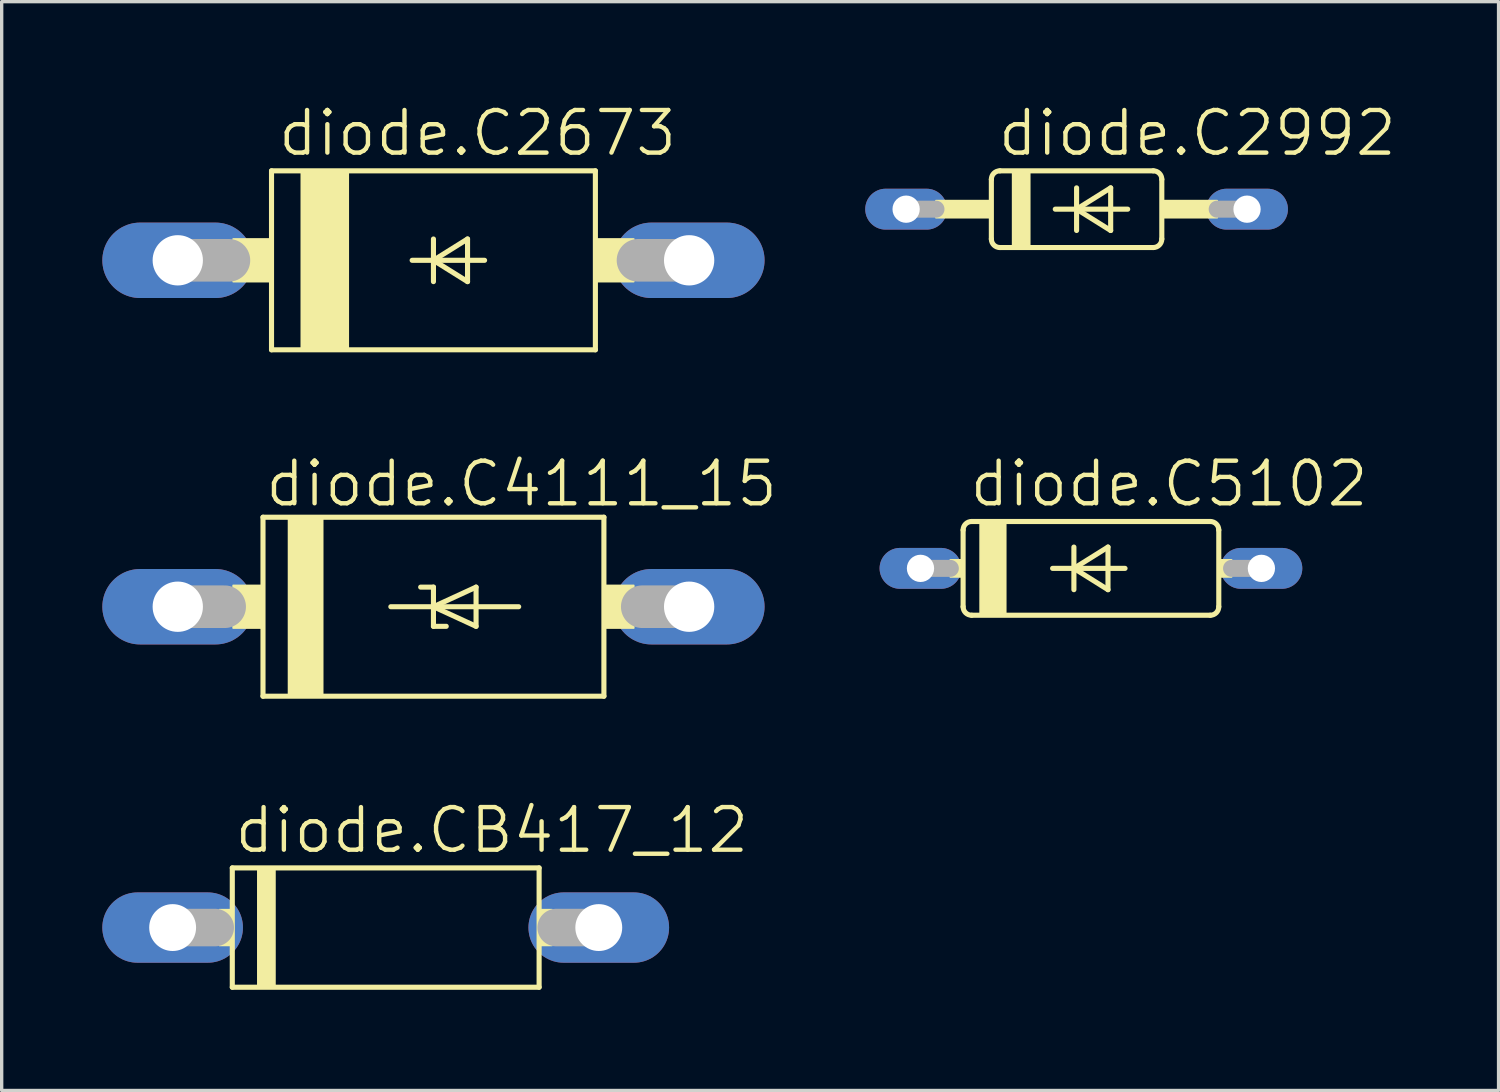
<source format=kicad_pcb>
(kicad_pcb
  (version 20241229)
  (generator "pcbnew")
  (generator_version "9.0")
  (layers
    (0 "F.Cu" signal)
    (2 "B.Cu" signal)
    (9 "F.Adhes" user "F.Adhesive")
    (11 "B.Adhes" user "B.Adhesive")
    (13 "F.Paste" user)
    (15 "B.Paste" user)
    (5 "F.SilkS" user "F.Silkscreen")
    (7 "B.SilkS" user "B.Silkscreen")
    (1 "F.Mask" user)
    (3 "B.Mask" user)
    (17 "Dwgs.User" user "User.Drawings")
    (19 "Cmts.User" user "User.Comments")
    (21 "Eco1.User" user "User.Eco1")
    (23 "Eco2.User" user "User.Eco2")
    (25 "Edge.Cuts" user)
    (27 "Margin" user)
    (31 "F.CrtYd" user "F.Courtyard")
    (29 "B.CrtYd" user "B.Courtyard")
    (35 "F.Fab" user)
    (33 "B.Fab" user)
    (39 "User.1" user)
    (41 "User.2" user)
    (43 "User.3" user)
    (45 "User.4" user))
  (footprint "diode.C5102"
    (layer "F.Cu")
    (at 29.463 13.889)
    (property "Reference" "diode.C5102" (at -3.683 -1.778 0) (layer "F.SilkS") (effects (font (size 1.27 1.27) (thickness 0.13)) (justify left bottom)))
    (attr through_hole)
    (fp_line (start -3.81 -1.143) (end -3.81 1.143) (stroke (width 0.152) (type default)) (layer "F.SilkS"))
    (fp_line (start -3.556 -1.397) (end 3.556 -1.397) (stroke (width 0.152) (type default)) (layer "F.SilkS"))
    (fp_line (start -3.556 1.397) (end 3.556 1.397) (stroke (width 0.152) (type default)) (layer "F.SilkS"))
    (fp_line (start -1.143 0) (end -0.508 0) (stroke (width 0.152) (type default)) (layer "F.SilkS"))
    (fp_line (start -0.508 -0.635) (end -0.508 0) (stroke (width 0.152) (type default)) (layer "F.SilkS"))
    (fp_line (start -0.508 0) (end -0.508 0.635) (stroke (width 0.152) (type default)) (layer "F.SilkS"))
    (fp_line (start -0.508 0) (end 0.508 -0.635) (stroke (width 0.152) (type default)) (layer "F.SilkS"))
    (fp_line (start -0.508 0) (end 1.016 0) (stroke (width 0.152) (type default)) (layer "F.SilkS"))
    (fp_line (start 0.508 -0.635) (end 0.508 0.635) (stroke (width 0.152) (type default)) (layer "F.SilkS"))
    (fp_line (start 0.508 0.635) (end -0.508 0) (stroke (width 0.152) (type default)) (layer "F.SilkS"))
    (fp_line (start 3.81 1.143) (end 3.81 -1.143) (stroke (width 0.152) (type default)) (layer "F.SilkS"))
    (fp_rect (start -4.191 0.254) (end -3.81 -0.254) (stroke (width 0.05) (type default)) (fill yes) (layer "F.SilkS"))
    (fp_rect (start -3.302 1.397) (end -2.54 -1.397) (stroke (width 0.05) (type default)) (fill yes) (layer "F.SilkS"))
    (fp_rect (start 3.81 0.254) (end 4.191 -0.254) (stroke (width 0.05) (type default)) (fill yes) (layer "F.SilkS"))
    (fp_arc (start -3.81 -1.143) (mid -3.735605 -1.322605) (end -3.556 -1.397) (stroke (width 0.1524) (type default)) (layer "F.SilkS"))
    (fp_arc (start -3.556 1.397) (mid -3.735605 1.322605) (end -3.81 1.143) (stroke (width 0.1524) (type default)) (layer "F.SilkS"))
    (fp_arc (start 3.556 -1.397) (mid 3.735605 -1.322605) (end 3.81 -1.143) (stroke (width 0.1524) (type default)) (layer "F.SilkS"))
    (fp_arc (start 3.81 1.143) (mid 3.735605 1.322605) (end 3.556 1.397) (stroke (width 0.1524) (type default)) (layer "F.SilkS"))
    (fp_line (start -5.08 0) (end -4.191 0) (stroke (width 0.508) (type default)) (layer "F.Fab"))
    (fp_line (start 5.08 0) (end 4.191 0) (stroke (width 0.508) (type default)) (layer "F.Fab"))
    (pad "A" thru_hole oval (at 5.08 0) (size 2.438 1.219) (drill 0.813) (layers "*.Cu" "*.Mask"))
    (pad "C" thru_hole oval (at -5.08 0) (size 2.438 1.219) (drill 0.813) (layers "*.Cu" "*.Mask")))
  (footprint "diode.CB417_12"
    (layer "F.Cu")
    (at 8.445 24.594)
    (property "Reference" "diode.CB417_12" (at -4.572 -2.159 0) (layer "F.SilkS") (effects (font (size 1.27 1.27) (thickness 0.13)) (justify left bottom)))
    (attr through_hole)
    (fp_line (start -4.572 1.778) (end -4.572 -1.778) (stroke (width 0.152) (type default)) (layer "F.SilkS"))
    (fp_line (start -4.572 1.778) (end 4.572 1.778) (stroke (width 0.152) (type default)) (layer "F.SilkS"))
    (fp_line (start 4.572 -1.778) (end -4.572 -1.778) (stroke (width 0.152) (type default)) (layer "F.SilkS"))
    (fp_line (start 4.572 -1.778) (end 4.572 1.778) (stroke (width 0.152) (type default)) (layer "F.SilkS"))
    (fp_rect (start -4.953 0.533) (end -4.572 -0.533) (stroke (width 0.05) (type default)) (fill yes) (layer "F.SilkS"))
    (fp_rect (start -3.81 1.778) (end -3.302 -1.778) (stroke (width 0.05) (type default)) (fill yes) (layer "F.SilkS"))
    (fp_rect (start 4.572 0.533) (end 4.953 -0.533) (stroke (width 0.05) (type default)) (fill yes) (layer "F.SilkS"))
    (fp_line (start -6.35 0) (end -5.08 0) (stroke (width 1.118) (type default)) (layer "F.Fab"))
    (fp_line (start 6.35 0) (end 5.08 0) (stroke (width 1.118) (type default)) (layer "F.Fab"))
    (pad "A" thru_hole oval (at 6.35 0) (size 4.191 2.095) (drill 1.397) (layers "*.Cu" "*.Mask"))
    (pad "C" thru_hole oval (at -6.35 0) (size 4.191 2.095) (drill 1.397) (layers "*.Cu" "*.Mask")))
  (footprint "diode.C2673"
    (layer "F.Cu")
    (at 9.868 4.708)
    (property "Reference" "diode.C2673" (at -4.699 -3.048 0) (layer "F.SilkS") (effects (font (size 1.27 1.27) (thickness 0.13)) (justify left bottom)))
    (attr through_hole)
    (fp_line (start -4.826 -2.667) (end -4.826 2.667) (stroke (width 0.152) (type default)) (layer "F.SilkS"))
    (fp_line (start -4.826 -2.667) (end 4.826 -2.667) (stroke (width 0.152) (type default)) (layer "F.SilkS"))
    (fp_line (start -0.635 0) (end 0 0) (stroke (width 0.152) (type default)) (layer "F.SilkS"))
    (fp_line (start 0 -0.635) (end 0 0) (stroke (width 0.152) (type default)) (layer "F.SilkS"))
    (fp_line (start 0 0) (end 0 0.635) (stroke (width 0.152) (type default)) (layer "F.SilkS"))
    (fp_line (start 0 0) (end 1.016 -0.635) (stroke (width 0.152) (type default)) (layer "F.SilkS"))
    (fp_line (start 0 0) (end 1.524 0) (stroke (width 0.152) (type default)) (layer "F.SilkS"))
    (fp_line (start 1.016 -0.635) (end 1.016 0.635) (stroke (width 0.152) (type default)) (layer "F.SilkS"))
    (fp_line (start 1.016 0.635) (end 0 0) (stroke (width 0.152) (type default)) (layer "F.SilkS"))
    (fp_line (start 4.826 2.667) (end -4.826 2.667) (stroke (width 0.152) (type default)) (layer "F.SilkS"))
    (fp_line (start 4.826 2.667) (end 4.826 -2.667) (stroke (width 0.152) (type default)) (layer "F.SilkS"))
    (fp_rect (start -5.969 0.635) (end -4.826 -0.635) (stroke (width 0.05) (type default)) (fill yes) (layer "F.SilkS"))
    (fp_rect (start -3.937 2.667) (end -2.54 -2.667) (stroke (width 0.05) (type default)) (fill yes) (layer "F.SilkS"))
    (fp_rect (start 4.826 0.635) (end 5.969 -0.635) (stroke (width 0.05) (type default)) (fill yes) (layer "F.SilkS"))
    (fp_line (start -7.62 0) (end -6.096 0) (stroke (width 1.27) (type default)) (layer "F.Fab"))
    (fp_line (start 7.62 0) (end 6.096 0) (stroke (width 1.27) (type default)) (layer "F.Fab"))
    (pad "A" thru_hole oval (at 7.62 0) (size 4.496 2.248) (drill 1.499) (layers "*.Cu" "*.Mask"))
    (pad "C" thru_hole oval (at -7.62 0) (size 4.496 2.248) (drill 1.499) (layers "*.Cu" "*.Mask")))
  (footprint "diode.C2992"
    (layer "F.Cu")
    (at 29.035 3.184)
    (property "Reference" "diode.C2992" (at -2.413 -1.524 0) (layer "F.SilkS") (effects (font (size 1.27 1.27) (thickness 0.13)) (justify left bottom)))
    (attr through_hole)
    (fp_line (start -2.54 -0.889) (end -2.54 0.889) (stroke (width 0.152) (type default)) (layer "F.SilkS"))
    (fp_line (start -2.286 -1.143) (end 2.286 -1.143) (stroke (width 0.152) (type default)) (layer "F.SilkS"))
    (fp_line (start -2.286 1.143) (end 2.286 1.143) (stroke (width 0.152) (type default)) (layer "F.SilkS"))
    (fp_line (start -0.635 0) (end 0 0) (stroke (width 0.152) (type default)) (layer "F.SilkS"))
    (fp_line (start 0 -0.635) (end 0 0) (stroke (width 0.152) (type default)) (layer "F.SilkS"))
    (fp_line (start 0 0) (end 0 0.635) (stroke (width 0.152) (type default)) (layer "F.SilkS"))
    (fp_line (start 0 0) (end 1.016 -0.635) (stroke (width 0.152) (type default)) (layer "F.SilkS"))
    (fp_line (start 0 0) (end 1.524 0) (stroke (width 0.152) (type default)) (layer "F.SilkS"))
    (fp_line (start 1.016 -0.635) (end 1.016 0.635) (stroke (width 0.152) (type default)) (layer "F.SilkS"))
    (fp_line (start 1.016 0.635) (end 0 0) (stroke (width 0.152) (type default)) (layer "F.SilkS"))
    (fp_line (start 2.54 0.889) (end 2.54 -0.889) (stroke (width 0.152) (type default)) (layer "F.SilkS"))
    (fp_rect (start -4.191 0.254) (end -2.54 -0.254) (stroke (width 0.05) (type default)) (fill yes) (layer "F.SilkS"))
    (fp_rect (start -1.905 1.143) (end -1.397 -1.143) (stroke (width 0.05) (type default)) (fill yes) (layer "F.SilkS"))
    (fp_rect (start 2.54 0.254) (end 4.191 -0.254) (stroke (width 0.05) (type default)) (fill yes) (layer "F.SilkS"))
    (fp_arc (start -2.54 -0.889) (mid -2.465605 -1.068605) (end -2.286 -1.143) (stroke (width 0.1524) (type default)) (layer "F.SilkS"))
    (fp_arc (start -2.286 1.143) (mid -2.465605 1.068605) (end -2.54 0.889) (stroke (width 0.1524) (type default)) (layer "F.SilkS"))
    (fp_arc (start 2.286 -1.143) (mid 2.465605 -1.068605) (end 2.54 -0.889) (stroke (width 0.1524) (type default)) (layer "F.SilkS"))
    (fp_arc (start 2.54 0.889) (mid 2.465605 1.068605) (end 2.286 1.143) (stroke (width 0.1524) (type default)) (layer "F.SilkS"))
    (fp_line (start -5.08 0) (end -4.191 0) (stroke (width 0.508) (type default)) (layer "F.Fab"))
    (fp_line (start 5.08 0) (end 4.191 0) (stroke (width 0.508) (type default)) (layer "F.Fab"))
    (pad "A" thru_hole oval (at 5.08 0) (size 2.438 1.219) (drill 0.813) (layers "*.Cu" "*.Mask"))
    (pad "C" thru_hole oval (at -5.08 0) (size 2.438 1.219) (drill 0.813) (layers "*.Cu" "*.Mask")))
  (footprint "diode.C4111_15"
    (layer "F.Cu")
    (at 9.868 15.032)
    (property "Reference" "diode.C4111_15" (at -5.08 -2.921 0) (layer "F.SilkS") (effects (font (size 1.27 1.27) (thickness 0.13)) (justify left bottom)))
    (attr through_hole)
    (fp_line (start -5.08 -2.667) (end 5.08 -2.667) (stroke (width 0.152) (type default)) (layer "F.SilkS"))
    (fp_line (start -5.08 2.667) (end -5.08 -2.667) (stroke (width 0.152) (type default)) (layer "F.SilkS"))
    (fp_line (start -1.27 0) (end 0 0) (stroke (width 0.152) (type default)) (layer "F.SilkS"))
    (fp_line (start -0.381 -0.584) (end 0 -0.584) (stroke (width 0.152) (type default)) (layer "F.SilkS"))
    (fp_line (start 0 -0.584) (end 0 0) (stroke (width 0.152) (type default)) (layer "F.SilkS"))
    (fp_line (start 0 0) (end 0 0.584) (stroke (width 0.152) (type default)) (layer "F.SilkS"))
    (fp_line (start 0 0) (end 1.27 -0.584) (stroke (width 0.152) (type default)) (layer "F.SilkS"))
    (fp_line (start 0 0) (end 2.54 0) (stroke (width 0.152) (type default)) (layer "F.SilkS"))
    (fp_line (start 0 0.584) (end 0.381 0.584) (stroke (width 0.152) (type default)) (layer "F.SilkS"))
    (fp_line (start 1.27 -0.584) (end 1.27 0.584) (stroke (width 0.152) (type default)) (layer "F.SilkS"))
    (fp_line (start 1.27 0.584) (end 0 0) (stroke (width 0.152) (type default)) (layer "F.SilkS"))
    (fp_line (start 5.08 -2.667) (end 5.08 2.667) (stroke (width 0.152) (type default)) (layer "F.SilkS"))
    (fp_line (start 5.08 2.667) (end -5.08 2.667) (stroke (width 0.152) (type default)) (layer "F.SilkS"))
    (fp_rect (start -5.969 0.635) (end -5.08 -0.635) (stroke (width 0.05) (type default)) (fill yes) (layer "F.SilkS"))
    (fp_rect (start -4.318 2.667) (end -3.302 -2.667) (stroke (width 0.05) (type default)) (fill yes) (layer "F.SilkS"))
    (fp_rect (start 5.08 0.635) (end 5.969 -0.635) (stroke (width 0.05) (type default)) (fill yes) (layer "F.SilkS"))
    (fp_line (start -7.62 0) (end -6.223 0) (stroke (width 1.27) (type default)) (layer "F.Fab"))
    (fp_line (start 7.62 0) (end 6.223 0) (stroke (width 1.27) (type default)) (layer "F.Fab"))
    (pad "A" thru_hole oval (at 7.62 0) (size 4.496 2.248) (drill 1.499) (layers "*.Cu" "*.Mask"))
    (pad "C" thru_hole oval (at -7.62 0) (size 4.496 2.248) (drill 1.499) (layers "*.Cu" "*.Mask")))
  (gr_rect
    (start -3 -3)
    (end 41.611 29.449)
    (stroke (width 0.1) (type default))
    (fill no)
    (layer "Edge.Cuts")))
</source>
